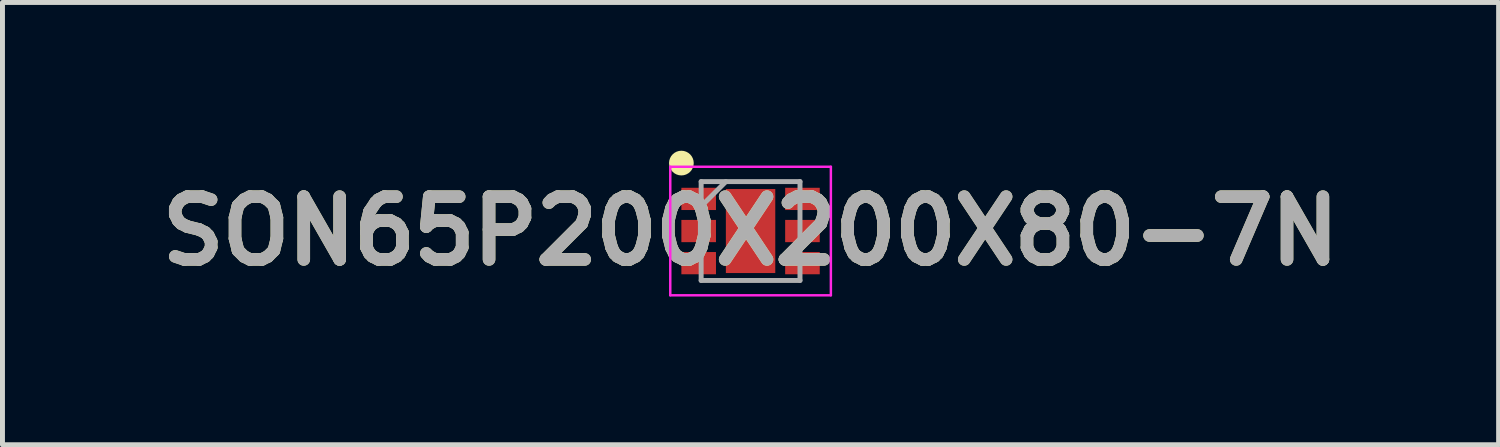
<source format=kicad_pcb>
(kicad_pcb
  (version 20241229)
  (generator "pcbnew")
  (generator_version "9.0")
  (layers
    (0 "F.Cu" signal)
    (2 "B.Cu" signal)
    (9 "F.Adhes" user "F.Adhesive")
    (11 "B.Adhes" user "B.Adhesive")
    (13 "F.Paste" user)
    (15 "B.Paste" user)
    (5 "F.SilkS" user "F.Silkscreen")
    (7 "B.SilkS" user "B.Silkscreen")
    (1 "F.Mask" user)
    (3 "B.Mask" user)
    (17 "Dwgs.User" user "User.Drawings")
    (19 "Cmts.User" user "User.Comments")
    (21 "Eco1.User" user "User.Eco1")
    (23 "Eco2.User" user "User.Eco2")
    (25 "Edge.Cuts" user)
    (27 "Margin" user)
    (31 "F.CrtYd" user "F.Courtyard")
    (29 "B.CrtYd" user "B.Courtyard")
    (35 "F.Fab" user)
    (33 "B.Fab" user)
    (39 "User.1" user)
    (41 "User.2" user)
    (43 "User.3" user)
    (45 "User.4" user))
  (footprint "SON65P200X200X80-7N"
    (layer "F.Cu")
    (at 12.138 1.625)
    (property "Reference" "SON65P200X200X80-7N" (at 0 0 0) (layer "F.SilkS") (effects (font (size 1.27 1.27) (thickness 0.254))))
    (attr smd)
    (fp_circle (center -1.4 -1.375) (end -1.4 -1.25) (stroke (width 0.25) (type solid)) (fill no) (layer "F.SilkS"))
    (fp_line (start -1.625 -1.3) (end 1.625 -1.3) (stroke (width 0.05) (type solid)) (layer "F.CrtYd"))
    (fp_line (start -1.625 1.3) (end -1.625 -1.3) (stroke (width 0.05) (type solid)) (layer "F.CrtYd"))
    (fp_line (start 1.625 -1.3) (end 1.625 1.3) (stroke (width 0.05) (type solid)) (layer "F.CrtYd"))
    (fp_line (start 1.625 1.3) (end -1.625 1.3) (stroke (width 0.05) (type solid)) (layer "F.CrtYd"))
    (fp_line (start -1 -1) (end 1 -1) (stroke (width 0.1) (type solid)) (layer "F.Fab"))
    (fp_line (start -1 -0.5) (end -0.5 -1) (stroke (width 0.1) (type solid)) (layer "F.Fab"))
    (fp_line (start -1 1) (end -1 -1) (stroke (width 0.1) (type solid)) (layer "F.Fab"))
    (fp_line (start 1 -1) (end 1 1) (stroke (width 0.1) (type solid)) (layer "F.Fab"))
    (fp_line (start 1 1) (end -1 1) (stroke (width 0.1) (type solid)) (layer "F.Fab"))
    (fp_text user "${REFERENCE}" (at 0 0 0) (layer "F.Fab") (effects (font (size 1.27 1.27) (thickness 0.254))))
    (pad "1" smd rect (at -1.05 -0.65 90) (size 0.45 0.7) (layers "F.Cu" "F.Mask" "F.Paste"))
    (pad "2" smd rect (at -1.05 0 90) (size 0.45 0.7) (layers "F.Cu" "F.Mask" "F.Paste"))
    (pad "3" smd rect (at -1.05 0.65 90) (size 0.45 0.7) (layers "F.Cu" "F.Mask" "F.Paste"))
    (pad "4" smd rect (at 1.05 0.65 90) (size 0.45 0.7) (layers "F.Cu" "F.Mask" "F.Paste"))
    (pad "5" smd rect (at 1.05 0 90) (size 0.45 0.7) (layers "F.Cu" "F.Mask" "F.Paste"))
    (pad "6" smd rect (at 1.05 -0.65 90) (size 0.45 0.7) (layers "F.Cu" "F.Mask" "F.Paste"))
    (pad "7" smd rect (at 0 0) (size 1 1.7) (layers "F.Cu" "F.Mask" "F.Paste")))
  (gr_rect
    (start -3 -3)
    (end 27.275 5.95)
    (stroke (width 0.1) (type default))
    (fill no)
    (layer "Edge.Cuts")))
</source>
